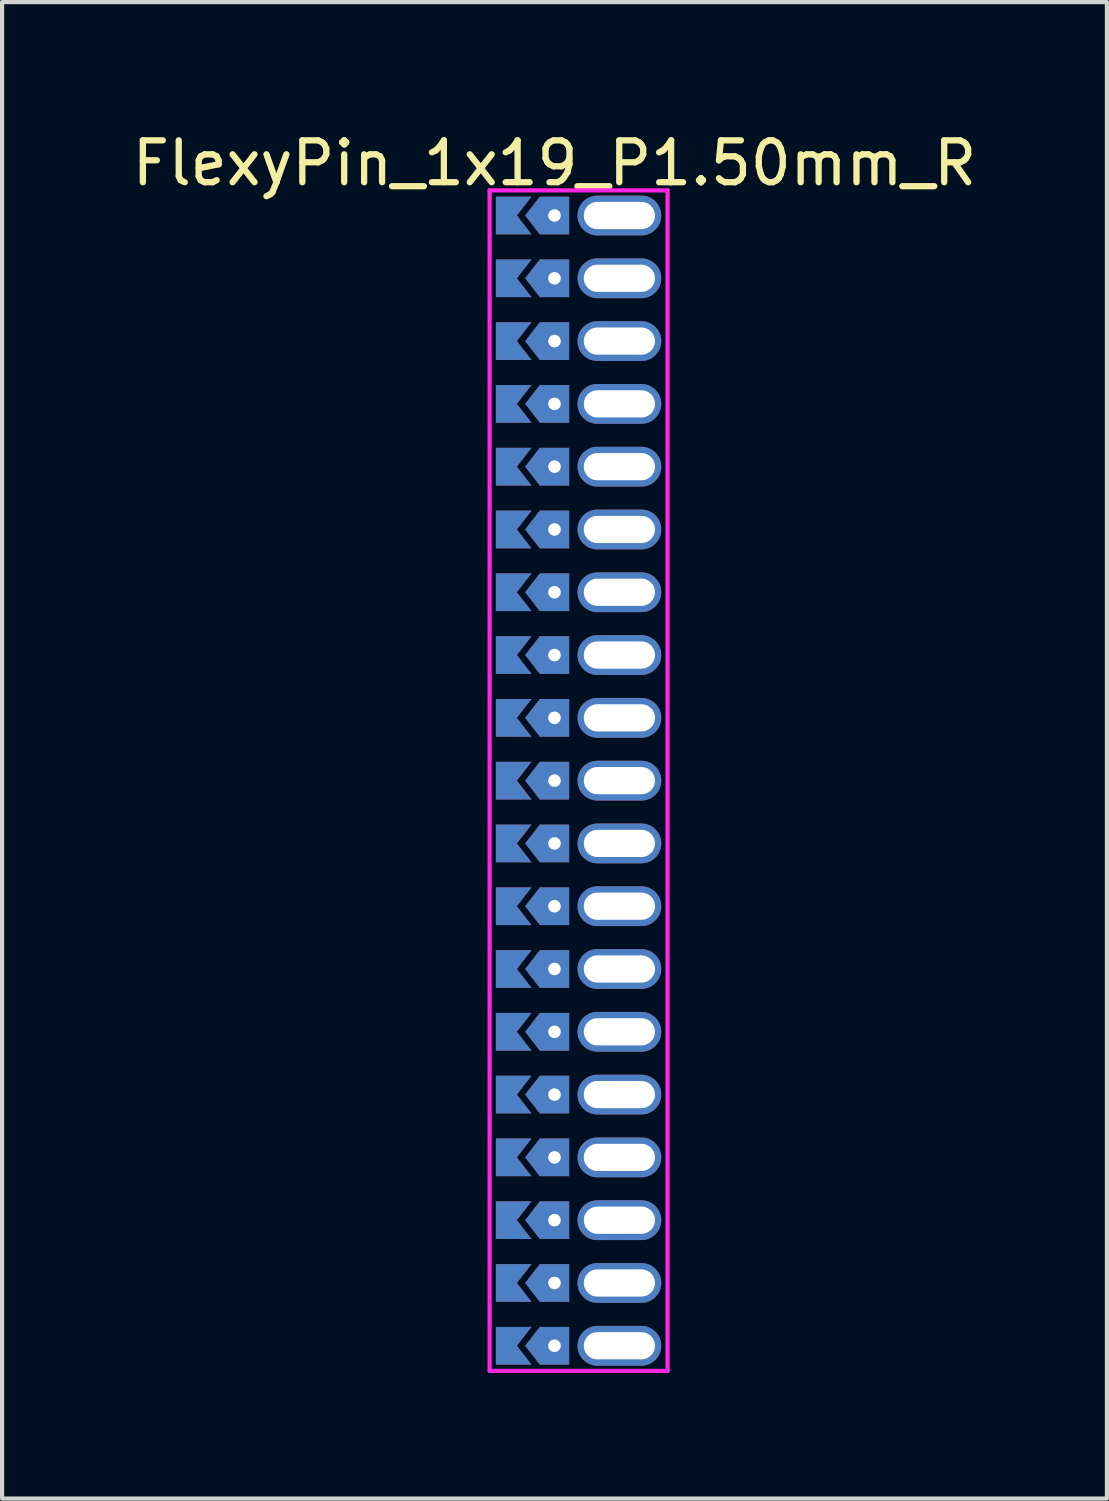
<source format=kicad_pcb>
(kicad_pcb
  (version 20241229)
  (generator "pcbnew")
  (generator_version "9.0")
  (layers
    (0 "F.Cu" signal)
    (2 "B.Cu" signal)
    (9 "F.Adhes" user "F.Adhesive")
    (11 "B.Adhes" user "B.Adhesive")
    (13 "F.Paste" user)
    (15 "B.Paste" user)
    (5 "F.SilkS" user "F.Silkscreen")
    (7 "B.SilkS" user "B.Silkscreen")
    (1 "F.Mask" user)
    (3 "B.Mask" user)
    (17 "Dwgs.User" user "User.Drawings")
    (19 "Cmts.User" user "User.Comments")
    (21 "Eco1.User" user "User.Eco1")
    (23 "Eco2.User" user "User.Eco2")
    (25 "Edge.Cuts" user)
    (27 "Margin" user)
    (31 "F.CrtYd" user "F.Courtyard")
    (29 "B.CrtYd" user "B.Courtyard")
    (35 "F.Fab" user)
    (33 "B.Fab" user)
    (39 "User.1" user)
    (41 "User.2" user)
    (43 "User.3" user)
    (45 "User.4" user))
  (footprint "FlexyPin_1x19_P1.50mm_R"
    (layer "F.Cu")
    (at 10.196 2.098)
    (property "Reference" "FlexyPin_1x19_P1.50mm_R" (at 0 -1.25 0) (layer "F.SilkS") (effects (font (size 1 1) (thickness 0.15))))
    (attr through_hole)
    (fp_line (start -1.55 -0.6) (end 2.7 -0.6) (stroke (width 0.1) (type solid)) (layer "F.CrtYd"))
    (fp_line (start -1.55 27.6) (end -1.55 -0.6) (stroke (width 0.1) (type solid)) (layer "F.CrtYd"))
    (fp_line (start 2.7 -0.6) (end 2.7 27.6) (stroke (width 0.1) (type solid)) (layer "F.CrtYd"))
    (fp_line (start 2.7 27.6) (end -1.55 27.6) (stroke (width 0.1) (type solid)) (layer "F.CrtYd"))
    (pad "" thru_hole custom (at 0 0) (size 0.3 0.3) (drill 0.6) (layers "*.Cu" "*.Mask") (options (anchor rect)) (primitives (gr_poly (pts (xy 0.35 0.45) (xy 0.35 -0.45) (xy -0.35 -0.45) (xy -0.7 0) (xy -0.35 0.45)) (width 0) (fill yes))))
    (pad "" thru_hole custom (at 0 1.5) (size 0.3 0.3) (drill 0.6) (layers "*.Cu" "*.Mask") (options (anchor rect)) (primitives (gr_poly (pts (xy 0.35 0.45) (xy 0.35 -0.45) (xy -0.35 -0.45) (xy -0.7 0) (xy -0.35 0.45)) (width 0) (fill yes))))
    (pad "" thru_hole custom (at 0 3) (size 0.3 0.3) (drill 0.6) (layers "*.Cu" "*.Mask") (options (anchor rect)) (primitives (gr_poly (pts (xy 0.35 0.45) (xy 0.35 -0.45) (xy -0.35 -0.45) (xy -0.7 0) (xy -0.35 0.45)) (width 0) (fill yes))))
    (pad "" thru_hole custom (at 0 4.5) (size 0.3 0.3) (drill 0.6) (layers "*.Cu" "*.Mask") (options (anchor rect)) (primitives (gr_poly (pts (xy 0.35 0.45) (xy 0.35 -0.45) (xy -0.35 -0.45) (xy -0.7 0) (xy -0.35 0.45)) (width 0) (fill yes))))
    (pad "" thru_hole custom (at 0 6) (size 0.3 0.3) (drill 0.6) (layers "*.Cu" "*.Mask") (options (anchor rect)) (primitives (gr_poly (pts (xy 0.35 0.45) (xy 0.35 -0.45) (xy -0.35 -0.45) (xy -0.7 0) (xy -0.35 0.45)) (width 0) (fill yes))))
    (pad "" thru_hole custom (at 0 7.5) (size 0.3 0.3) (drill 0.6) (layers "*.Cu" "*.Mask") (options (anchor rect)) (primitives (gr_poly (pts (xy 0.35 0.45) (xy 0.35 -0.45) (xy -0.35 -0.45) (xy -0.7 0) (xy -0.35 0.45)) (width 0) (fill yes))))
    (pad "" thru_hole custom (at 0 9) (size 0.3 0.3) (drill 0.6) (layers "*.Cu" "*.Mask") (options (anchor rect)) (primitives (gr_poly (pts (xy 0.35 0.45) (xy 0.35 -0.45) (xy -0.35 -0.45) (xy -0.7 0) (xy -0.35 0.45)) (width 0) (fill yes))))
    (pad "" thru_hole custom (at 0 10.5) (size 0.3 0.3) (drill 0.6) (layers "*.Cu" "*.Mask") (options (anchor rect)) (primitives (gr_poly (pts (xy 0.35 0.45) (xy 0.35 -0.45) (xy -0.35 -0.45) (xy -0.7 0) (xy -0.35 0.45)) (width 0) (fill yes))))
    (pad "" thru_hole custom (at 0 12) (size 0.3 0.3) (drill 0.6) (layers "*.Cu" "*.Mask") (options (anchor rect)) (primitives (gr_poly (pts (xy 0.35 0.45) (xy 0.35 -0.45) (xy -0.35 -0.45) (xy -0.7 0) (xy -0.35 0.45)) (width 0) (fill yes))))
    (pad "" thru_hole custom (at 0 13.5) (size 0.3 0.3) (drill 0.6) (layers "*.Cu" "*.Mask") (options (anchor rect)) (primitives (gr_poly (pts (xy 0.35 0.45) (xy 0.35 -0.45) (xy -0.35 -0.45) (xy -0.7 0) (xy -0.35 0.45)) (width 0) (fill yes))))
    (pad "" thru_hole custom (at 0 15) (size 0.3 0.3) (drill 0.6) (layers "*.Cu" "*.Mask") (options (anchor rect)) (primitives (gr_poly (pts (xy 0.35 0.45) (xy 0.35 -0.45) (xy -0.35 -0.45) (xy -0.7 0) (xy -0.35 0.45)) (width 0) (fill yes))))
    (pad "" thru_hole custom (at 0 16.5) (size 0.3 0.3) (drill 0.6) (layers "*.Cu" "*.Mask") (options (anchor rect)) (primitives (gr_poly (pts (xy 0.35 0.45) (xy 0.35 -0.45) (xy -0.35 -0.45) (xy -0.7 0) (xy -0.35 0.45)) (width 0) (fill yes))))
    (pad "" thru_hole custom (at 0 18) (size 0.3 0.3) (drill 0.6) (layers "*.Cu" "*.Mask") (options (anchor rect)) (primitives (gr_poly (pts (xy 0.35 0.45) (xy 0.35 -0.45) (xy -0.35 -0.45) (xy -0.7 0) (xy -0.35 0.45)) (width 0) (fill yes))))
    (pad "" thru_hole custom (at 0 19.5) (size 0.3 0.3) (drill 0.6) (layers "*.Cu" "*.Mask") (options (anchor rect)) (primitives (gr_poly (pts (xy 0.35 0.45) (xy 0.35 -0.45) (xy -0.35 -0.45) (xy -0.7 0) (xy -0.35 0.45)) (width 0) (fill yes))))
    (pad "" thru_hole custom (at 0 21) (size 0.3 0.3) (drill 0.6) (layers "*.Cu" "*.Mask") (options (anchor rect)) (primitives (gr_poly (pts (xy 0.35 0.45) (xy 0.35 -0.45) (xy -0.35 -0.45) (xy -0.7 0) (xy -0.35 0.45)) (width 0) (fill yes))))
    (pad "" thru_hole custom (at 0 22.5) (size 0.3 0.3) (drill 0.6) (layers "*.Cu" "*.Mask") (options (anchor rect)) (primitives (gr_poly (pts (xy 0.35 0.45) (xy 0.35 -0.45) (xy -0.35 -0.45) (xy -0.7 0) (xy -0.35 0.45)) (width 0) (fill yes))))
    (pad "" thru_hole custom (at 0 24) (size 0.3 0.3) (drill 0.6) (layers "*.Cu" "*.Mask") (options (anchor rect)) (primitives (gr_poly (pts (xy 0.35 0.45) (xy 0.35 -0.45) (xy -0.35 -0.45) (xy -0.7 0) (xy -0.35 0.45)) (width 0) (fill yes))))
    (pad "" thru_hole custom (at 0 25.5) (size 0.3 0.3) (drill 0.6) (layers "*.Cu" "*.Mask") (options (anchor rect)) (primitives (gr_poly (pts (xy 0.35 0.45) (xy 0.35 -0.45) (xy -0.35 -0.45) (xy -0.7 0) (xy -0.35 0.45)) (width 0) (fill yes))))
    (pad "" thru_hole custom (at 0 27) (size 0.3 0.3) (drill 0.6) (layers "*.Cu" "*.Mask") (options (anchor rect)) (primitives (gr_poly (pts (xy 0.35 0.45) (xy 0.35 -0.45) (xy -0.35 -0.45) (xy -0.7 0) (xy -0.35 0.45)) (width 0) (fill yes))))
    (pad "" thru_hole oval (at 1.55 0) (size 2 0.95) (drill oval 1.7 0.65) (layers "*.Cu" "*.Mask"))
    (pad "" thru_hole oval (at 1.55 1.5) (size 2 0.95) (drill oval 1.7 0.65) (layers "*.Cu" "*.Mask"))
    (pad "" thru_hole oval (at 1.55 3) (size 2 0.95) (drill oval 1.7 0.65) (layers "*.Cu" "*.Mask"))
    (pad "" thru_hole oval (at 1.55 4.5) (size 2 0.95) (drill oval 1.7 0.65) (layers "*.Cu" "*.Mask"))
    (pad "" thru_hole oval (at 1.55 6) (size 2 0.95) (drill oval 1.7 0.65) (layers "*.Cu" "*.Mask"))
    (pad "" thru_hole oval (at 1.55 7.5) (size 2 0.95) (drill oval 1.7 0.65) (layers "*.Cu" "*.Mask"))
    (pad "" thru_hole oval (at 1.55 9) (size 2 0.95) (drill oval 1.7 0.65) (layers "*.Cu" "*.Mask"))
    (pad "" thru_hole oval (at 1.55 10.5) (size 2 0.95) (drill oval 1.7 0.65) (layers "*.Cu" "*.Mask"))
    (pad "" thru_hole oval (at 1.55 12) (size 2 0.95) (drill oval 1.7 0.65) (layers "*.Cu" "*.Mask"))
    (pad "" thru_hole oval (at 1.55 13.5) (size 2 0.95) (drill oval 1.7 0.65) (layers "*.Cu" "*.Mask"))
    (pad "" thru_hole oval (at 1.55 15) (size 2 0.95) (drill oval 1.7 0.65) (layers "*.Cu" "*.Mask"))
    (pad "" thru_hole oval (at 1.55 16.5) (size 2 0.95) (drill oval 1.7 0.65) (layers "*.Cu" "*.Mask"))
    (pad "" thru_hole oval (at 1.55 18) (size 2 0.95) (drill oval 1.7 0.65) (layers "*.Cu" "*.Mask"))
    (pad "" thru_hole oval (at 1.55 19.5) (size 2 0.95) (drill oval 1.7 0.65) (layers "*.Cu" "*.Mask"))
    (pad "" thru_hole oval (at 1.55 21) (size 2 0.95) (drill oval 1.7 0.65) (layers "*.Cu" "*.Mask"))
    (pad "" thru_hole oval (at 1.55 22.5) (size 2 0.95) (drill oval 1.7 0.65) (layers "*.Cu" "*.Mask"))
    (pad "" thru_hole oval (at 1.55 24) (size 2 0.95) (drill oval 1.7 0.65) (layers "*.Cu" "*.Mask"))
    (pad "" thru_hole oval (at 1.55 25.5) (size 2 0.95) (drill oval 1.7 0.65) (layers "*.Cu" "*.Mask"))
    (pad "" thru_hole oval (at 1.55 27) (size 2 0.95) (drill oval 1.7 0.65) (layers "*.Cu" "*.Mask"))
    (pad "1" smd custom (at -0.9 0) (size 0.01 0.01) (layers "F.Cu" "F.Mask") (options (anchor rect)) (primitives (gr_poly (pts (xy 0 0) (xy 0.35 0.45) (xy -0.5 0.45) (xy -0.5 -0.45) (xy 0.35 -0.45)) (width 0) (fill yes))))
    (pad "1" smd custom (at -0.9 1.5) (size 0.01 0.01) (layers "F.Cu" "F.Mask") (options (anchor rect)) (primitives (gr_poly (pts (xy 0 0) (xy 0.35 0.45) (xy -0.5 0.45) (xy -0.5 -0.45) (xy 0.35 -0.45)) (width 0) (fill yes))))
    (pad "1" smd custom (at -0.9 3) (size 0.01 0.01) (layers "F.Cu" "F.Mask") (options (anchor rect)) (primitives (gr_poly (pts (xy 0 0) (xy 0.35 0.45) (xy -0.5 0.45) (xy -0.5 -0.45) (xy 0.35 -0.45)) (width 0) (fill yes))))
    (pad "1" smd custom (at -0.9 4.5) (size 0.01 0.01) (layers "F.Cu" "F.Mask") (options (anchor rect)) (primitives (gr_poly (pts (xy 0 0) (xy 0.35 0.45) (xy -0.5 0.45) (xy -0.5 -0.45) (xy 0.35 -0.45)) (width 0) (fill yes))))
    (pad "1" smd custom (at -0.9 6) (size 0.01 0.01) (layers "F.Cu" "F.Mask") (options (anchor rect)) (primitives (gr_poly (pts (xy 0 0) (xy 0.35 0.45) (xy -0.5 0.45) (xy -0.5 -0.45) (xy 0.35 -0.45)) (width 0) (fill yes))))
    (pad "1" smd custom (at -0.9 7.5) (size 0.01 0.01) (layers "F.Cu" "F.Mask") (options (anchor rect)) (primitives (gr_poly (pts (xy 0 0) (xy 0.35 0.45) (xy -0.5 0.45) (xy -0.5 -0.45) (xy 0.35 -0.45)) (width 0) (fill yes))))
    (pad "1" smd custom (at -0.9 9) (size 0.01 0.01) (layers "F.Cu" "F.Mask") (options (anchor rect)) (primitives (gr_poly (pts (xy 0 0) (xy 0.35 0.45) (xy -0.5 0.45) (xy -0.5 -0.45) (xy 0.35 -0.45)) (width 0) (fill yes))))
    (pad "1" smd custom (at -0.9 10.5) (size 0.01 0.01) (layers "F.Cu" "F.Mask") (options (anchor rect)) (primitives (gr_poly (pts (xy 0 0) (xy 0.35 0.45) (xy -0.5 0.45) (xy -0.5 -0.45) (xy 0.35 -0.45)) (width 0) (fill yes))))
    (pad "1" smd custom (at -0.9 12) (size 0.01 0.01) (layers "F.Cu" "F.Mask") (options (anchor rect)) (primitives (gr_poly (pts (xy 0 0) (xy 0.35 0.45) (xy -0.5 0.45) (xy -0.5 -0.45) (xy 0.35 -0.45)) (width 0) (fill yes))))
    (pad "1" smd custom (at -0.9 13.5) (size 0.01 0.01) (layers "F.Cu" "F.Mask") (options (anchor rect)) (primitives (gr_poly (pts (xy 0 0) (xy 0.35 0.45) (xy -0.5 0.45) (xy -0.5 -0.45) (xy 0.35 -0.45)) (width 0) (fill yes))))
    (pad "1" smd custom (at -0.9 15) (size 0.01 0.01) (layers "F.Cu" "F.Mask") (options (anchor rect)) (primitives (gr_poly (pts (xy 0 0) (xy 0.35 0.45) (xy -0.5 0.45) (xy -0.5 -0.45) (xy 0.35 -0.45)) (width 0) (fill yes))))
    (pad "1" smd custom (at -0.9 16.5) (size 0.01 0.01) (layers "F.Cu" "F.Mask") (options (anchor rect)) (primitives (gr_poly (pts (xy 0 0) (xy 0.35 0.45) (xy -0.5 0.45) (xy -0.5 -0.45) (xy 0.35 -0.45)) (width 0) (fill yes))))
    (pad "1" smd custom (at -0.9 18) (size 0.01 0.01) (layers "F.Cu" "F.Mask") (options (anchor rect)) (primitives (gr_poly (pts (xy 0 0) (xy 0.35 0.45) (xy -0.5 0.45) (xy -0.5 -0.45) (xy 0.35 -0.45)) (width 0) (fill yes))))
    (pad "1" smd custom (at -0.9 19.5) (size 0.01 0.01) (layers "F.Cu" "F.Mask") (options (anchor rect)) (primitives (gr_poly (pts (xy 0 0) (xy 0.35 0.45) (xy -0.5 0.45) (xy -0.5 -0.45) (xy 0.35 -0.45)) (width 0) (fill yes))))
    (pad "1" smd custom (at -0.9 21) (size 0.01 0.01) (layers "F.Cu" "F.Mask") (options (anchor rect)) (primitives (gr_poly (pts (xy 0 0) (xy 0.35 0.45) (xy -0.5 0.45) (xy -0.5 -0.45) (xy 0.35 -0.45)) (width 0) (fill yes))))
    (pad "1" smd custom (at -0.9 22.5) (size 0.01 0.01) (layers "F.Cu" "F.Mask") (options (anchor rect)) (primitives (gr_poly (pts (xy 0 0) (xy 0.35 0.45) (xy -0.5 0.45) (xy -0.5 -0.45) (xy 0.35 -0.45)) (width 0) (fill yes))))
    (pad "1" smd custom (at -0.9 24) (size 0.01 0.01) (layers "F.Cu" "F.Mask") (options (anchor rect)) (primitives (gr_poly (pts (xy 0 0) (xy 0.35 0.45) (xy -0.5 0.45) (xy -0.5 -0.45) (xy 0.35 -0.45)) (width 0) (fill yes))))
    (pad "1" smd custom (at -0.9 25.5) (size 0.01 0.01) (layers "F.Cu" "F.Mask") (options (anchor rect)) (primitives (gr_poly (pts (xy 0 0) (xy 0.35 0.45) (xy -0.5 0.45) (xy -0.5 -0.45) (xy 0.35 -0.45)) (width 0) (fill yes))))
    (pad "1" smd custom (at -0.9 27) (size 0.01 0.01) (layers "F.Cu" "F.Mask") (options (anchor rect)) (primitives (gr_poly (pts (xy 0 0) (xy 0.35 0.45) (xy -0.5 0.45) (xy -0.5 -0.45) (xy 0.35 -0.45)) (width 0) (fill yes))))
    (pad "2" smd custom (at -0.9 0) (size 0.01 0.01) (layers "B.Cu" "B.Mask") (options (anchor rect)) (primitives (gr_poly (pts (xy 0 0) (xy 0.35 0.45) (xy -0.5 0.45) (xy -0.5 -0.45) (xy 0.35 -0.45)) (width 0) (fill yes))))
    (pad "2" smd custom (at -0.9 1.5) (size 0.01 0.01) (layers "B.Cu" "B.Mask") (options (anchor rect)) (primitives (gr_poly (pts (xy 0 0) (xy 0.35 0.45) (xy -0.5 0.45) (xy -0.5 -0.45) (xy 0.35 -0.45)) (width 0) (fill yes))))
    (pad "2" smd custom (at -0.9 3) (size 0.01 0.01) (layers "B.Cu" "B.Mask") (options (anchor rect)) (primitives (gr_poly (pts (xy 0 0) (xy 0.35 0.45) (xy -0.5 0.45) (xy -0.5 -0.45) (xy 0.35 -0.45)) (width 0) (fill yes))))
    (pad "2" smd custom (at -0.9 4.5) (size 0.01 0.01) (layers "B.Cu" "B.Mask") (options (anchor rect)) (primitives (gr_poly (pts (xy 0 0) (xy 0.35 0.45) (xy -0.5 0.45) (xy -0.5 -0.45) (xy 0.35 -0.45)) (width 0) (fill yes))))
    (pad "2" smd custom (at -0.9 6) (size 0.01 0.01) (layers "B.Cu" "B.Mask") (options (anchor rect)) (primitives (gr_poly (pts (xy 0 0) (xy 0.35 0.45) (xy -0.5 0.45) (xy -0.5 -0.45) (xy 0.35 -0.45)) (width 0) (fill yes))))
    (pad "2" smd custom (at -0.9 7.5) (size 0.01 0.01) (layers "B.Cu" "B.Mask") (options (anchor rect)) (primitives (gr_poly (pts (xy 0 0) (xy 0.35 0.45) (xy -0.5 0.45) (xy -0.5 -0.45) (xy 0.35 -0.45)) (width 0) (fill yes))))
    (pad "2" smd custom (at -0.9 9) (size 0.01 0.01) (layers "B.Cu" "B.Mask") (options (anchor rect)) (primitives (gr_poly (pts (xy 0 0) (xy 0.35 0.45) (xy -0.5 0.45) (xy -0.5 -0.45) (xy 0.35 -0.45)) (width 0) (fill yes))))
    (pad "2" smd custom (at -0.9 10.5) (size 0.01 0.01) (layers "B.Cu" "B.Mask") (options (anchor rect)) (primitives (gr_poly (pts (xy 0 0) (xy 0.35 0.45) (xy -0.5 0.45) (xy -0.5 -0.45) (xy 0.35 -0.45)) (width 0) (fill yes))))
    (pad "2" smd custom (at -0.9 12) (size 0.01 0.01) (layers "B.Cu" "B.Mask") (options (anchor rect)) (primitives (gr_poly (pts (xy 0 0) (xy 0.35 0.45) (xy -0.5 0.45) (xy -0.5 -0.45) (xy 0.35 -0.45)) (width 0) (fill yes))))
    (pad "2" smd custom (at -0.9 13.5) (size 0.01 0.01) (layers "B.Cu" "B.Mask") (options (anchor rect)) (primitives (gr_poly (pts (xy 0 0) (xy 0.35 0.45) (xy -0.5 0.45) (xy -0.5 -0.45) (xy 0.35 -0.45)) (width 0) (fill yes))))
    (pad "2" smd custom (at -0.9 15) (size 0.01 0.01) (layers "B.Cu" "B.Mask") (options (anchor rect)) (primitives (gr_poly (pts (xy 0 0) (xy 0.35 0.45) (xy -0.5 0.45) (xy -0.5 -0.45) (xy 0.35 -0.45)) (width 0) (fill yes))))
    (pad "2" smd custom (at -0.9 16.5) (size 0.01 0.01) (layers "B.Cu" "B.Mask") (options (anchor rect)) (primitives (gr_poly (pts (xy 0 0) (xy 0.35 0.45) (xy -0.5 0.45) (xy -0.5 -0.45) (xy 0.35 -0.45)) (width 0) (fill yes))))
    (pad "2" smd custom (at -0.9 18) (size 0.01 0.01) (layers "B.Cu" "B.Mask") (options (anchor rect)) (primitives (gr_poly (pts (xy 0 0) (xy 0.35 0.45) (xy -0.5 0.45) (xy -0.5 -0.45) (xy 0.35 -0.45)) (width 0) (fill yes))))
    (pad "2" smd custom (at -0.9 19.5) (size 0.01 0.01) (layers "B.Cu" "B.Mask") (options (anchor rect)) (primitives (gr_poly (pts (xy 0 0) (xy 0.35 0.45) (xy -0.5 0.45) (xy -0.5 -0.45) (xy 0.35 -0.45)) (width 0) (fill yes))))
    (pad "2" smd custom (at -0.9 21) (size 0.01 0.01) (layers "B.Cu" "B.Mask") (options (anchor rect)) (primitives (gr_poly (pts (xy 0 0) (xy 0.35 0.45) (xy -0.5 0.45) (xy -0.5 -0.45) (xy 0.35 -0.45)) (width 0) (fill yes))))
    (pad "2" smd custom (at -0.9 22.5) (size 0.01 0.01) (layers "B.Cu" "B.Mask") (options (anchor rect)) (primitives (gr_poly (pts (xy 0 0) (xy 0.35 0.45) (xy -0.5 0.45) (xy -0.5 -0.45) (xy 0.35 -0.45)) (width 0) (fill yes))))
    (pad "2" smd custom (at -0.9 24) (size 0.01 0.01) (layers "B.Cu" "B.Mask") (options (anchor rect)) (primitives (gr_poly (pts (xy 0 0) (xy 0.35 0.45) (xy -0.5 0.45) (xy -0.5 -0.45) (xy 0.35 -0.45)) (width 0) (fill yes))))
    (pad "2" smd custom (at -0.9 25.5) (size 0.01 0.01) (layers "B.Cu" "B.Mask") (options (anchor rect)) (primitives (gr_poly (pts (xy 0 0) (xy 0.35 0.45) (xy -0.5 0.45) (xy -0.5 -0.45) (xy 0.35 -0.45)) (width 0) (fill yes))))
    (pad "2" smd custom (at -0.9 27) (size 0.01 0.01) (layers "B.Cu" "B.Mask") (options (anchor rect)) (primitives (gr_poly (pts (xy 0 0) (xy 0.35 0.45) (xy -0.5 0.45) (xy -0.5 -0.45) (xy 0.35 -0.45)) (width 0) (fill yes)))))
  (gr_rect
    (start -3 -3)
    (end 23.393 32.748)
    (stroke (width 0.1) (type default))
    (fill no)
    (layer "Edge.Cuts")))
</source>
